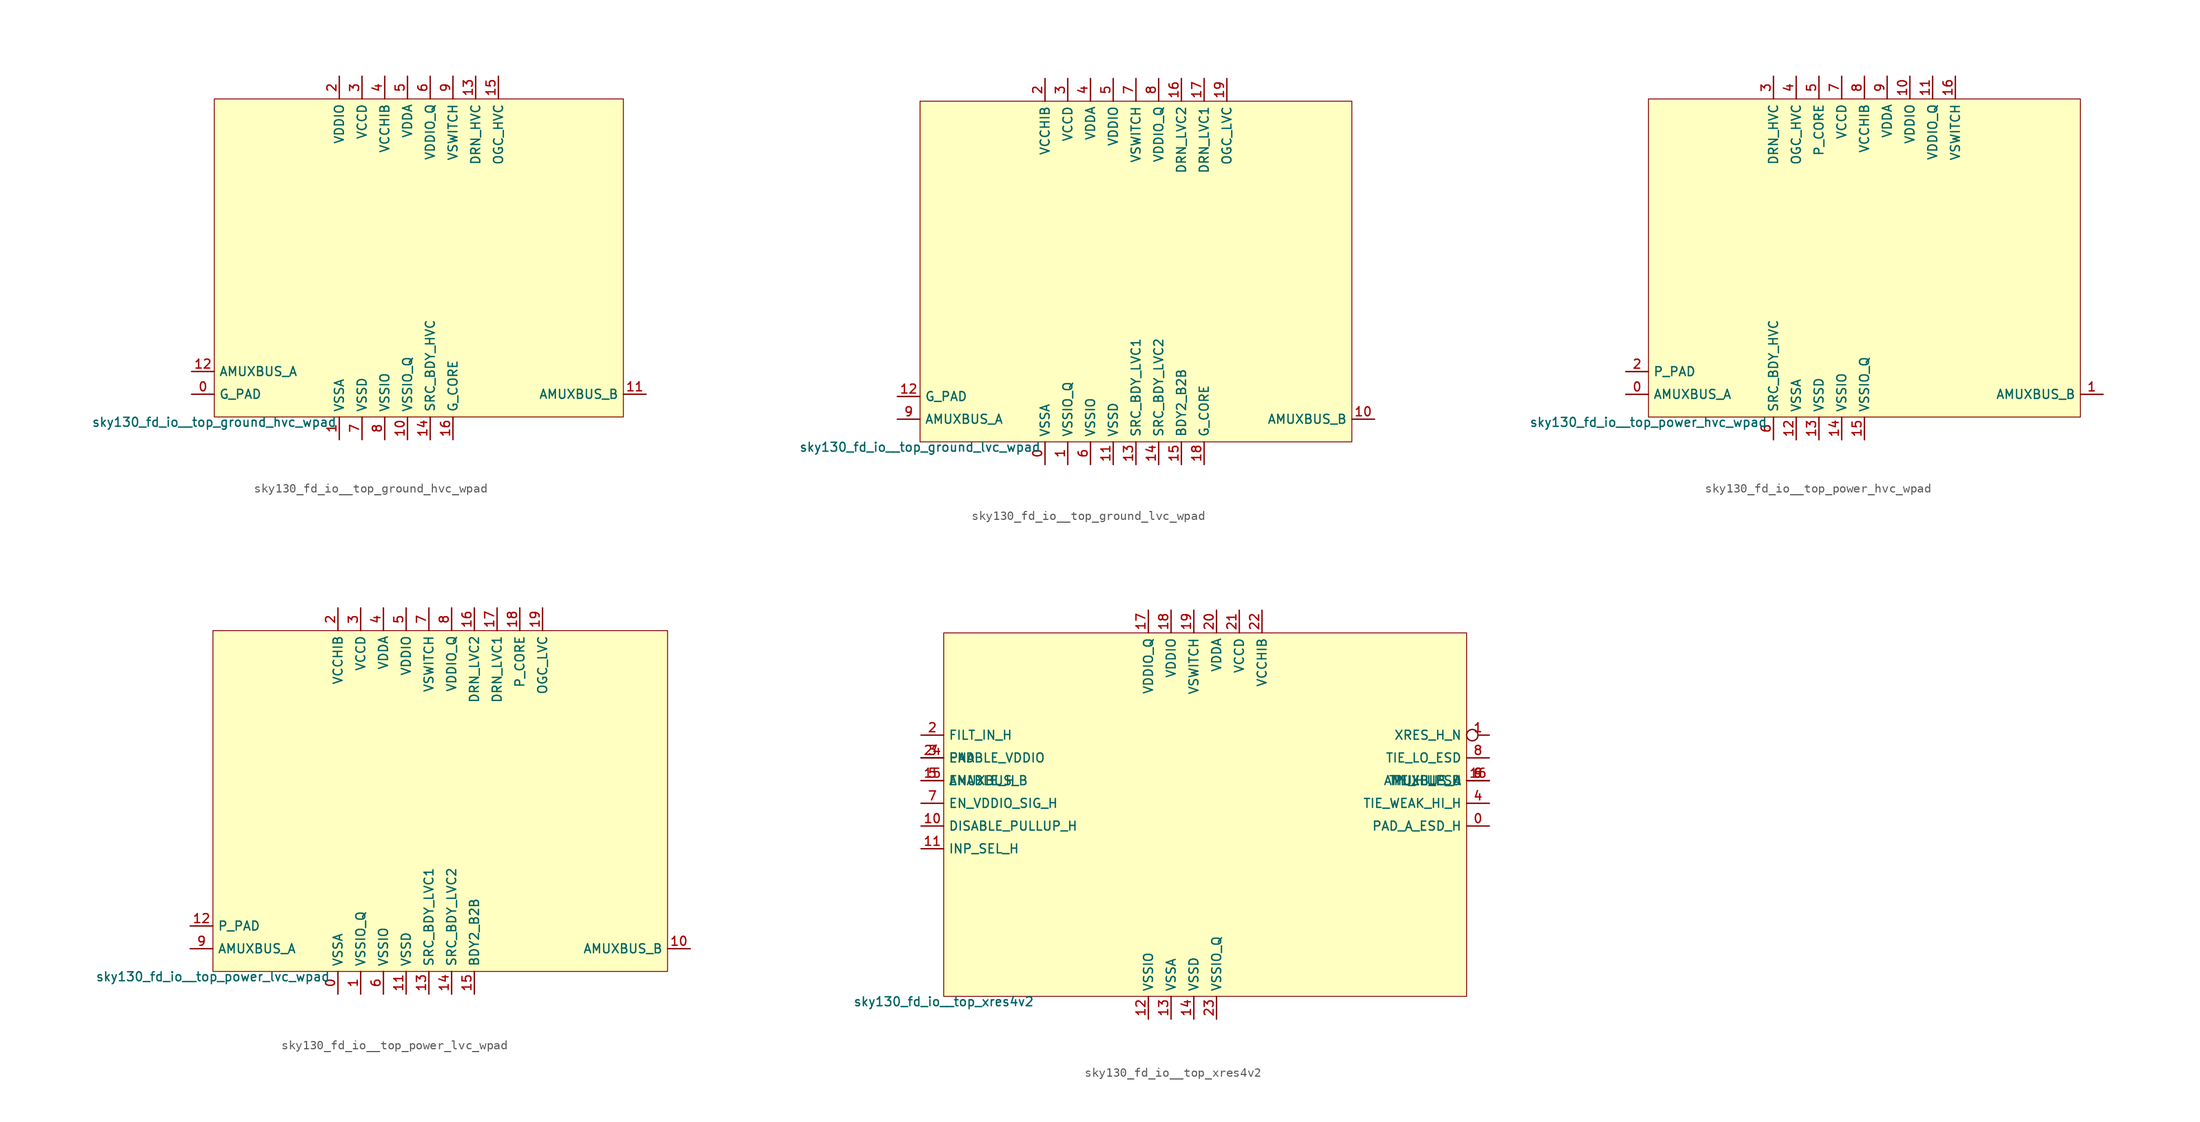
<source format=kicad_sym>
(kicad_symbol_lib
  (version 20211014)
  (generator lef2kicad_sym)
  (symbol "sky130_fd_io__top_ground_hvc_wpad"
    (property "Reference" "X"
      (at 0 0 0)
      (effects (font (size 1 1)) hide))
    (property "Value" "sky130_fd_io__top_ground_hvc_wpad"
      (at -22.86 -17.78 0)
      (effects (font (size 1 1)) (justify top)))
    (rectangle
      (start -22.86 -17.78)
      (end 22.86 17.78)
      (stroke (width 0.1) (type solid) (color 0 0 0 0))
      (fill (type background)))
    (pin bidirectional line
      (at -25.4 -15.24 0)
      (length 2.54)
      (name "G_PAD" (effects (font (size 1 1)) hide))
      (number "0" (effects (font (size 1 1)) hide)))
    (pin power_in line
      (at -8.89 -20.32 90)
      (length 2.54)
      (name "VSSA" (effects (font (size 1 1)) hide))
      (number "1" (effects (font (size 1 1)) hide)))
    (pin power_in line
      (at -8.89 20.32 270)
      (length 2.54)
      (name "VDDIO" (effects (font (size 1 1)) hide))
      (number "2" (effects (font (size 1 1)) hide)))
    (pin power_in line
      (at -6.35 20.32 270)
      (length 2.54)
      (name "VCCD" (effects (font (size 1 1)) hide))
      (number "3" (effects (font (size 1 1)) hide)))
    (pin power_in line
      (at -3.81 20.32 270)
      (length 2.54)
      (name "VCCHIB" (effects (font (size 1 1)) hide))
      (number "4" (effects (font (size 1 1)) hide)))
    (pin power_in line
      (at -1.27 20.32 270)
      (length 2.54)
      (name "VDDA" (effects (font (size 1 1)) hide))
      (number "5" (effects (font (size 1 1)) hide)))
    (pin power_in line
      (at 1.27 20.32 270)
      (length 2.54)
      (name "VDDIO_Q" (effects (font (size 1 1)) hide))
      (number "6" (effects (font (size 1 1)) hide)))
    (pin power_in line
      (at -6.35 -20.32 90)
      (length 2.54)
      (name "VSSD" (effects (font (size 1 1)) hide))
      (number "7" (effects (font (size 1 1)) hide)))
    (pin power_in line
      (at -3.81 -20.32 90)
      (length 2.54)
      (name "VSSIO" (effects (font (size 1 1)) hide))
      (number "8" (effects (font (size 1 1)) hide)))
    (pin power_in line
      (at 3.81 20.32 270)
      (length 2.54)
      (name "VSWITCH" (effects (font (size 1 1)) hide))
      (number "9" (effects (font (size 1 1)) hide)))
    (pin power_in line
      (at -1.27 -20.32 90)
      (length 2.54)
      (name "VSSIO_Q" (effects (font (size 1 1)) hide))
      (number "10" (effects (font (size 1 1)) hide)))
    (pin bidirectional line
      (at 25.4 -15.24 180)
      (length 2.54)
      (name "AMUXBUS_B" (effects (font (size 1 1)) hide))
      (number "11" (effects (font (size 1 1)) hide)))
    (pin bidirectional line
      (at -25.4 -12.7 0)
      (length 2.54)
      (name "AMUXBUS_A" (effects (font (size 1 1)) hide))
      (number "12" (effects (font (size 1 1)) hide)))
    (pin power_in line
      (at 6.35 20.32 270)
      (length 2.54)
      (name "DRN_HVC" (effects (font (size 1 1)) hide))
      (number "13" (effects (font (size 1 1)) hide)))
    (pin power_in line
      (at 1.27 -20.32 90)
      (length 2.54)
      (name "SRC_BDY_HVC" (effects (font (size 1 1)) hide))
      (number "14" (effects (font (size 1 1)) hide)))
    (pin power_in line
      (at 8.89 20.32 270)
      (length 2.54)
      (name "OGC_HVC" (effects (font (size 1 1)) hide))
      (number "15" (effects (font (size 1 1)) hide)))
    (pin power_in line
      (at 3.81 -20.32 90)
      (length 2.54)
      (name "G_CORE" (effects (font (size 1 1)) hide))
      (number "16" (effects (font (size 1 1)) hide))))
  (symbol "sky130_fd_io__top_ground_lvc_wpad"
    (property "Reference" "X"
      (at 0 0 0)
      (effects (font (size 1 1)) hide))
    (property "Value" "sky130_fd_io__top_ground_lvc_wpad"
      (at -24.13 -19.05 0)
      (effects (font (size 1 1)) (justify top)))
    (rectangle
      (start -24.13 -19.05)
      (end 24.13 19.05)
      (stroke (width 0.1) (type solid) (color 0 0 0 0))
      (fill (type background)))
    (pin power_in line
      (at -10.16 -21.59 90)
      (length 2.54)
      (name "VSSA" (effects (font (size 1 1)) hide))
      (number "0" (effects (font (size 1 1)) hide)))
    (pin power_in line
      (at -7.62 -21.59 90)
      (length 2.54)
      (name "VSSIO_Q" (effects (font (size 1 1)) hide))
      (number "1" (effects (font (size 1 1)) hide)))
    (pin power_in line
      (at -10.16 21.59 270)
      (length 2.54)
      (name "VCCHIB" (effects (font (size 1 1)) hide))
      (number "2" (effects (font (size 1 1)) hide)))
    (pin power_in line
      (at -7.62 21.59 270)
      (length 2.54)
      (name "VCCD" (effects (font (size 1 1)) hide))
      (number "3" (effects (font (size 1 1)) hide)))
    (pin power_in line
      (at -5.08 21.59 270)
      (length 2.54)
      (name "VDDA" (effects (font (size 1 1)) hide))
      (number "4" (effects (font (size 1 1)) hide)))
    (pin power_in line
      (at -2.54 21.59 270)
      (length 2.54)
      (name "VDDIO" (effects (font (size 1 1)) hide))
      (number "5" (effects (font (size 1 1)) hide)))
    (pin power_in line
      (at -5.08 -21.59 90)
      (length 2.54)
      (name "VSSIO" (effects (font (size 1 1)) hide))
      (number "6" (effects (font (size 1 1)) hide)))
    (pin power_in line
      (at 0.0 21.59 270)
      (length 2.54)
      (name "VSWITCH" (effects (font (size 1 1)) hide))
      (number "7" (effects (font (size 1 1)) hide)))
    (pin power_in line
      (at 2.54 21.59 270)
      (length 2.54)
      (name "VDDIO_Q" (effects (font (size 1 1)) hide))
      (number "8" (effects (font (size 1 1)) hide)))
    (pin bidirectional line
      (at -26.67 -16.51 0)
      (length 2.54)
      (name "AMUXBUS_A" (effects (font (size 1 1)) hide))
      (number "9" (effects (font (size 1 1)) hide)))
    (pin bidirectional line
      (at 26.67 -16.51 180)
      (length 2.54)
      (name "AMUXBUS_B" (effects (font (size 1 1)) hide))
      (number "10" (effects (font (size 1 1)) hide)))
    (pin power_in line
      (at -2.54 -21.59 90)
      (length 2.54)
      (name "VSSD" (effects (font (size 1 1)) hide))
      (number "11" (effects (font (size 1 1)) hide)))
    (pin bidirectional line
      (at -26.67 -13.97 0)
      (length 2.54)
      (name "G_PAD" (effects (font (size 1 1)) hide))
      (number "12" (effects (font (size 1 1)) hide)))
    (pin power_in line
      (at 0.0 -21.59 90)
      (length 2.54)
      (name "SRC_BDY_LVC1" (effects (font (size 1 1)) hide))
      (number "13" (effects (font (size 1 1)) hide)))
    (pin power_in line
      (at 2.54 -21.59 90)
      (length 2.54)
      (name "SRC_BDY_LVC2" (effects (font (size 1 1)) hide))
      (number "14" (effects (font (size 1 1)) hide)))
    (pin power_in line
      (at 5.08 -21.59 90)
      (length 2.54)
      (name "BDY2_B2B" (effects (font (size 1 1)) hide))
      (number "15" (effects (font (size 1 1)) hide)))
    (pin power_in line
      (at 5.08 21.59 270)
      (length 2.54)
      (name "DRN_LVC2" (effects (font (size 1 1)) hide))
      (number "16" (effects (font (size 1 1)) hide)))
    (pin power_in line
      (at 7.62 21.59 270)
      (length 2.54)
      (name "DRN_LVC1" (effects (font (size 1 1)) hide))
      (number "17" (effects (font (size 1 1)) hide)))
    (pin power_in line
      (at 7.62 -21.59 90)
      (length 2.54)
      (name "G_CORE" (effects (font (size 1 1)) hide))
      (number "18" (effects (font (size 1 1)) hide)))
    (pin power_in line
      (at 10.16 21.59 270)
      (length 2.54)
      (name "OGC_LVC" (effects (font (size 1 1)) hide))
      (number "19" (effects (font (size 1 1)) hide))))
  (symbol "sky130_fd_io__top_power_hvc_wpad"
    (property "Reference" "X"
      (at 0 0 0)
      (effects (font (size 1 1)) hide))
    (property "Value" "sky130_fd_io__top_power_hvc_wpad"
      (at -24.13 -17.78 0)
      (effects (font (size 1 1)) (justify top)))
    (rectangle
      (start -24.13 -17.78)
      (end 24.13 17.78)
      (stroke (width 0.1) (type solid) (color 0 0 0 0))
      (fill (type background)))
    (pin bidirectional line
      (at -26.67 -15.24 0)
      (length 2.54)
      (name "AMUXBUS_A" (effects (font (size 1 1)) hide))
      (number "0" (effects (font (size 1 1)) hide)))
    (pin bidirectional line
      (at 26.67 -15.24 180)
      (length 2.54)
      (name "AMUXBUS_B" (effects (font (size 1 1)) hide))
      (number "1" (effects (font (size 1 1)) hide)))
    (pin bidirectional line
      (at -26.67 -12.7 0)
      (length 2.54)
      (name "P_PAD" (effects (font (size 1 1)) hide))
      (number "2" (effects (font (size 1 1)) hide)))
    (pin power_in line
      (at -10.16 20.32 270)
      (length 2.54)
      (name "DRN_HVC" (effects (font (size 1 1)) hide))
      (number "3" (effects (font (size 1 1)) hide)))
    (pin power_in line
      (at -7.62 20.32 270)
      (length 2.54)
      (name "OGC_HVC" (effects (font (size 1 1)) hide))
      (number "4" (effects (font (size 1 1)) hide)))
    (pin power_in line
      (at -5.08 20.32 270)
      (length 2.54)
      (name "P_CORE" (effects (font (size 1 1)) hide))
      (number "5" (effects (font (size 1 1)) hide)))
    (pin power_in line
      (at -10.16 -20.32 90)
      (length 2.54)
      (name "SRC_BDY_HVC" (effects (font (size 1 1)) hide))
      (number "6" (effects (font (size 1 1)) hide)))
    (pin power_in line
      (at -2.54 20.32 270)
      (length 2.54)
      (name "VCCD" (effects (font (size 1 1)) hide))
      (number "7" (effects (font (size 1 1)) hide)))
    (pin power_in line
      (at 0.0 20.32 270)
      (length 2.54)
      (name "VCCHIB" (effects (font (size 1 1)) hide))
      (number "8" (effects (font (size 1 1)) hide)))
    (pin power_in line
      (at 2.54 20.32 270)
      (length 2.54)
      (name "VDDA" (effects (font (size 1 1)) hide))
      (number "9" (effects (font (size 1 1)) hide)))
    (pin power_in line
      (at 5.08 20.32 270)
      (length 2.54)
      (name "VDDIO" (effects (font (size 1 1)) hide))
      (number "10" (effects (font (size 1 1)) hide)))
    (pin power_in line
      (at 7.62 20.32 270)
      (length 2.54)
      (name "VDDIO_Q" (effects (font (size 1 1)) hide))
      (number "11" (effects (font (size 1 1)) hide)))
    (pin power_in line
      (at -7.62 -20.32 90)
      (length 2.54)
      (name "VSSA" (effects (font (size 1 1)) hide))
      (number "12" (effects (font (size 1 1)) hide)))
    (pin power_in line
      (at -5.08 -20.32 90)
      (length 2.54)
      (name "VSSD" (effects (font (size 1 1)) hide))
      (number "13" (effects (font (size 1 1)) hide)))
    (pin power_in line
      (at -2.54 -20.32 90)
      (length 2.54)
      (name "VSSIO" (effects (font (size 1 1)) hide))
      (number "14" (effects (font (size 1 1)) hide)))
    (pin power_in line
      (at 0.0 -20.32 90)
      (length 2.54)
      (name "VSSIO_Q" (effects (font (size 1 1)) hide))
      (number "15" (effects (font (size 1 1)) hide)))
    (pin power_in line
      (at 10.16 20.32 270)
      (length 2.54)
      (name "VSWITCH" (effects (font (size 1 1)) hide))
      (number "16" (effects (font (size 1 1)) hide))))
  (symbol "sky130_fd_io__top_power_lvc_wpad"
    (property "Reference" "X"
      (at 0 0 0)
      (effects (font (size 1 1)) hide))
    (property "Value" "sky130_fd_io__top_power_lvc_wpad"
      (at -25.4 -19.05 0)
      (effects (font (size 1 1)) (justify top)))
    (rectangle
      (start -25.4 -19.05)
      (end 25.4 19.05)
      (stroke (width 0.1) (type solid) (color 0 0 0 0))
      (fill (type background)))
    (pin power_in line
      (at -11.43 -21.59 90)
      (length 2.54)
      (name "VSSA" (effects (font (size 1 1)) hide))
      (number "0" (effects (font (size 1 1)) hide)))
    (pin power_in line
      (at -8.89 -21.59 90)
      (length 2.54)
      (name "VSSIO_Q" (effects (font (size 1 1)) hide))
      (number "1" (effects (font (size 1 1)) hide)))
    (pin power_in line
      (at -11.43 21.59 270)
      (length 2.54)
      (name "VCCHIB" (effects (font (size 1 1)) hide))
      (number "2" (effects (font (size 1 1)) hide)))
    (pin power_in line
      (at -8.89 21.59 270)
      (length 2.54)
      (name "VCCD" (effects (font (size 1 1)) hide))
      (number "3" (effects (font (size 1 1)) hide)))
    (pin power_in line
      (at -6.35 21.59 270)
      (length 2.54)
      (name "VDDA" (effects (font (size 1 1)) hide))
      (number "4" (effects (font (size 1 1)) hide)))
    (pin power_in line
      (at -3.81 21.59 270)
      (length 2.54)
      (name "VDDIO" (effects (font (size 1 1)) hide))
      (number "5" (effects (font (size 1 1)) hide)))
    (pin power_in line
      (at -6.35 -21.59 90)
      (length 2.54)
      (name "VSSIO" (effects (font (size 1 1)) hide))
      (number "6" (effects (font (size 1 1)) hide)))
    (pin power_in line
      (at -1.27 21.59 270)
      (length 2.54)
      (name "VSWITCH" (effects (font (size 1 1)) hide))
      (number "7" (effects (font (size 1 1)) hide)))
    (pin power_in line
      (at 1.27 21.59 270)
      (length 2.54)
      (name "VDDIO_Q" (effects (font (size 1 1)) hide))
      (number "8" (effects (font (size 1 1)) hide)))
    (pin bidirectional line
      (at -27.94 -16.51 0)
      (length 2.54)
      (name "AMUXBUS_A" (effects (font (size 1 1)) hide))
      (number "9" (effects (font (size 1 1)) hide)))
    (pin bidirectional line
      (at 27.94 -16.51 180)
      (length 2.54)
      (name "AMUXBUS_B" (effects (font (size 1 1)) hide))
      (number "10" (effects (font (size 1 1)) hide)))
    (pin power_in line
      (at -3.81 -21.59 90)
      (length 2.54)
      (name "VSSD" (effects (font (size 1 1)) hide))
      (number "11" (effects (font (size 1 1)) hide)))
    (pin bidirectional line
      (at -27.94 -13.97 0)
      (length 2.54)
      (name "P_PAD" (effects (font (size 1 1)) hide))
      (number "12" (effects (font (size 1 1)) hide)))
    (pin power_in line
      (at -1.27 -21.59 90)
      (length 2.54)
      (name "SRC_BDY_LVC1" (effects (font (size 1 1)) hide))
      (number "13" (effects (font (size 1 1)) hide)))
    (pin power_in line
      (at 1.27 -21.59 90)
      (length 2.54)
      (name "SRC_BDY_LVC2" (effects (font (size 1 1)) hide))
      (number "14" (effects (font (size 1 1)) hide)))
    (pin power_in line
      (at 3.81 -21.59 90)
      (length 2.54)
      (name "BDY2_B2B" (effects (font (size 1 1)) hide))
      (number "15" (effects (font (size 1 1)) hide)))
    (pin power_in line
      (at 3.81 21.59 270)
      (length 2.54)
      (name "DRN_LVC2" (effects (font (size 1 1)) hide))
      (number "16" (effects (font (size 1 1)) hide)))
    (pin power_in line
      (at 6.35 21.59 270)
      (length 2.54)
      (name "DRN_LVC1" (effects (font (size 1 1)) hide))
      (number "17" (effects (font (size 1 1)) hide)))
    (pin power_in line
      (at 8.89 21.59 270)
      (length 2.54)
      (name "P_CORE" (effects (font (size 1 1)) hide))
      (number "18" (effects (font (size 1 1)) hide)))
    (pin power_in line
      (at 11.43 21.59 270)
      (length 2.54)
      (name "OGC_LVC" (effects (font (size 1 1)) hide))
      (number "19" (effects (font (size 1 1)) hide))))
  (symbol "sky130_fd_io__top_xres4v2"
    (property "Reference" "X"
      (at 0 0 0)
      (effects (font (size 1 1)) hide))
    (property "Value" "sky130_fd_io__top_xres4v2"
      (at -29.21 -20.32 0)
      (effects (font (size 1 1)) (justify top)))
    (rectangle
      (start -29.21 -20.32)
      (end 29.21 20.32)
      (stroke (width 0.1) (type solid) (color 0 0 0 0))
      (fill (type background)))
    (pin bidirectional line
      (at 31.75 -1.27 180)
      (length 2.54)
      (name "PAD_A_ESD_H" (effects (font (size 1 1)) hide))
      (number "0" (effects (font (size 1 1)) hide)))
    (pin output inverted
      (at 31.75 8.89 180)
      (length 2.54)
      (name "XRES_H_N" (effects (font (size 1 1)) hide))
      (number "1" (effects (font (size 1 1)) hide)))
    (pin input line
      (at -31.75 8.89 0)
      (length 2.54)
      (name "FILT_IN_H" (effects (font (size 1 1)) hide))
      (number "2" (effects (font (size 1 1)) hide)))
    (pin input line
      (at -31.75 6.35 0)
      (length 2.54)
      (name "ENABLE_VDDIO" (effects (font (size 1 1)) hide))
      (number "3" (effects (font (size 1 1)) hide)))
    (pin bidirectional line
      (at 31.75 1.27 180)
      (length 2.54)
      (name "TIE_WEAK_HI_H" (effects (font (size 1 1)) hide))
      (number "4" (effects (font (size 1 1)) hide)))
    (pin input line
      (at -31.75 3.81 0)
      (length 2.54)
      (name "ENABLE_H" (effects (font (size 1 1)) hide))
      (number "5" (effects (font (size 1 1)) hide)))
    (pin bidirectional line
      (at 31.75 3.81 180)
      (length 2.54)
      (name "PULLUP_H" (effects (font (size 1 1)) hide))
      (number "6" (effects (font (size 1 1)) hide)))
    (pin input line
      (at -31.75 1.27 0)
      (length 2.54)
      (name "EN_VDDIO_SIG_H" (effects (font (size 1 1)) hide))
      (number "7" (effects (font (size 1 1)) hide)))
    (pin output line
      (at 31.75 6.35 180)
      (length 2.54)
      (name "TIE_LO_ESD" (effects (font (size 1 1)) hide))
      (number "8" (effects (font (size 1 1)) hide)))
    (pin output line
      (at 31.75 3.81 180)
      (length 2.54)
      (name "TIE_HI_ESD" (effects (font (size 1 1)) hide))
      (number "9" (effects (font (size 1 1)) hide)))
    (pin input line
      (at -31.75 -1.27 0)
      (length 2.54)
      (name "DISABLE_PULLUP_H" (effects (font (size 1 1)) hide))
      (number "10" (effects (font (size 1 1)) hide)))
    (pin input line
      (at -31.75 -3.81 0)
      (length 2.54)
      (name "INP_SEL_H" (effects (font (size 1 1)) hide))
      (number "11" (effects (font (size 1 1)) hide)))
    (pin power_in line
      (at -6.35 -22.86 90)
      (length 2.54)
      (name "VSSIO" (effects (font (size 1 1)) hide))
      (number "12" (effects (font (size 1 1)) hide)))
    (pin power_in line
      (at -3.81 -22.86 90)
      (length 2.54)
      (name "VSSA" (effects (font (size 1 1)) hide))
      (number "13" (effects (font (size 1 1)) hide)))
    (pin power_in line
      (at -1.27 -22.86 90)
      (length 2.54)
      (name "VSSD" (effects (font (size 1 1)) hide))
      (number "14" (effects (font (size 1 1)) hide)))
    (pin bidirectional line
      (at -31.75 3.81 0)
      (length 2.54)
      (name "AMUXBUS_B" (effects (font (size 1 1)) hide))
      (number "15" (effects (font (size 1 1)) hide)))
    (pin bidirectional line
      (at 31.75 3.81 180)
      (length 2.54)
      (name "AMUXBUS_A" (effects (font (size 1 1)) hide))
      (number "16" (effects (font (size 1 1)) hide)))
    (pin power_in line
      (at -6.35 22.86 270)
      (length 2.54)
      (name "VDDIO_Q" (effects (font (size 1 1)) hide))
      (number "17" (effects (font (size 1 1)) hide)))
    (pin power_in line
      (at -3.81 22.86 270)
      (length 2.54)
      (name "VDDIO" (effects (font (size 1 1)) hide))
      (number "18" (effects (font (size 1 1)) hide)))
    (pin power_in line
      (at -1.27 22.86 270)
      (length 2.54)
      (name "VSWITCH" (effects (font (size 1 1)) hide))
      (number "19" (effects (font (size 1 1)) hide)))
    (pin power_in line
      (at 1.27 22.86 270)
      (length 2.54)
      (name "VDDA" (effects (font (size 1 1)) hide))
      (number "20" (effects (font (size 1 1)) hide)))
    (pin power_in line
      (at 3.81 22.86 270)
      (length 2.54)
      (name "VCCD" (effects (font (size 1 1)) hide))
      (number "21" (effects (font (size 1 1)) hide)))
    (pin power_in line
      (at 6.35 22.86 270)
      (length 2.54)
      (name "VCCHIB" (effects (font (size 1 1)) hide))
      (number "22" (effects (font (size 1 1)) hide)))
    (pin power_in line
      (at 1.27 -22.86 90)
      (length 2.54)
      (name "VSSIO_Q" (effects (font (size 1 1)) hide))
      (number "23" (effects (font (size 1 1)) hide)))
    (pin bidirectional line
      (at -31.75 6.35 0)
      (length 2.54)
      (name "PAD" (effects (font (size 1 1)) hide))
      (number "24" (effects (font (size 1 1)) hide)))))
</source>
